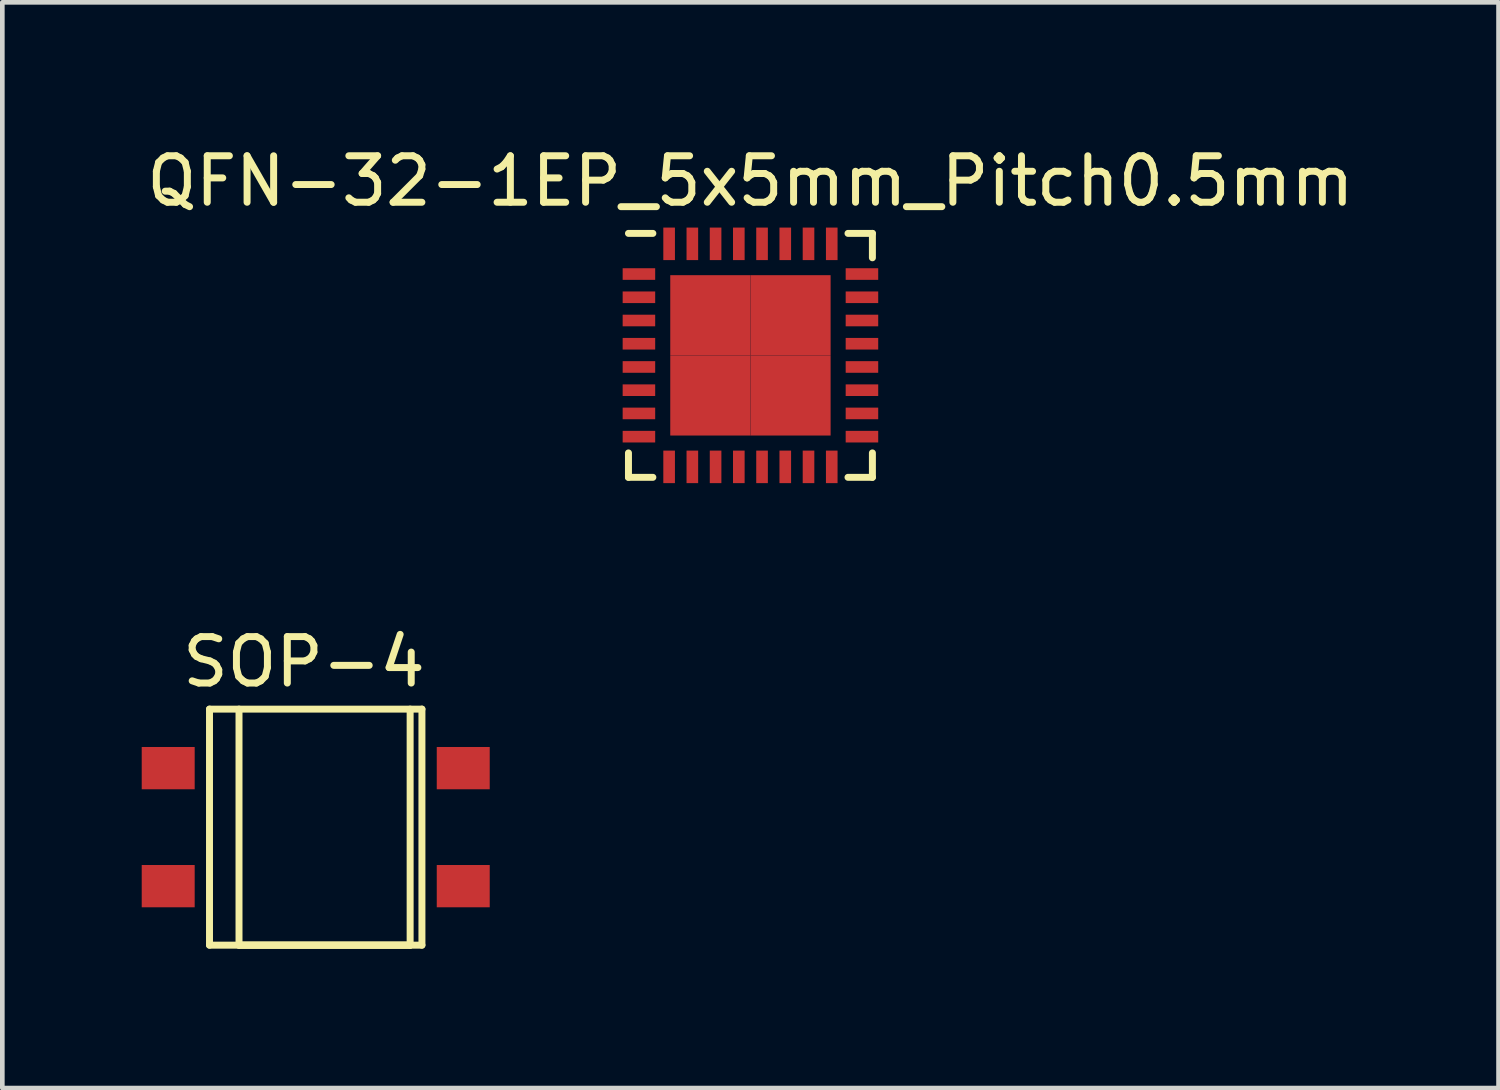
<source format=kicad_pcb>
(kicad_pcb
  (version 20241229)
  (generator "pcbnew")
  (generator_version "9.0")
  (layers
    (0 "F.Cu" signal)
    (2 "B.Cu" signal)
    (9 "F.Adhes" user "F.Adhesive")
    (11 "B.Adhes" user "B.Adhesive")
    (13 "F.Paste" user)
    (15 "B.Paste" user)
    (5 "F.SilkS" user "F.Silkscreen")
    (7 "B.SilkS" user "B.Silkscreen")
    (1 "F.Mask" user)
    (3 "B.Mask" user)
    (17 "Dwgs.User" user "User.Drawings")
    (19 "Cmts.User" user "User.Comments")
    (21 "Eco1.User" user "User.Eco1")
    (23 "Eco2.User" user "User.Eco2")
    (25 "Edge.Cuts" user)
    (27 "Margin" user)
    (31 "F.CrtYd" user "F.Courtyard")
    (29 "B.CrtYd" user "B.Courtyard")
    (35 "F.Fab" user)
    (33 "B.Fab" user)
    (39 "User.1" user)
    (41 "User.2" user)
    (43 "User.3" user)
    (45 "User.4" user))
  (footprint "QFN-32-1EP_5x5mm_Pitch0.5mm"
    (layer "F.Cu")
    (at 13.101 4.598)
    (property "Reference" "QFN-32-1EP_5x5mm_Pitch0.5mm" (at 0 -3.75 0) (layer "F.SilkS") (effects (font (size 1 1) (thickness 0.15))))
    (attr smd)
    (fp_line (start -2.625 -2.625) (end -2.1 -2.625) (stroke (width 0.15) (type solid)) (layer "F.SilkS"))
    (fp_line (start -2.625 2.625) (end -2.625 2.1) (stroke (width 0.15) (type solid)) (layer "F.SilkS"))
    (fp_line (start -2.625 2.625) (end -2.1 2.625) (stroke (width 0.15) (type solid)) (layer "F.SilkS"))
    (fp_line (start 2.625 -2.625) (end 2.1 -2.625) (stroke (width 0.15) (type solid)) (layer "F.SilkS"))
    (fp_line (start 2.625 -2.625) (end 2.625 -2.1) (stroke (width 0.15) (type solid)) (layer "F.SilkS"))
    (fp_line (start 2.625 2.625) (end 2.1 2.625) (stroke (width 0.15) (type solid)) (layer "F.SilkS"))
    (fp_line (start 2.625 2.625) (end 2.625 2.1) (stroke (width 0.15) (type solid)) (layer "F.SilkS"))
    (pad "1" smd rect (at -2.4 -1.75) (size 0.7 0.25) (layers "F.Cu" "F.Mask" "F.Paste"))
    (pad "2" smd rect (at -2.4 -1.25) (size 0.7 0.25) (layers "F.Cu" "F.Mask" "F.Paste"))
    (pad "3" smd rect (at -2.4 -0.75) (size 0.7 0.25) (layers "F.Cu" "F.Mask" "F.Paste"))
    (pad "4" smd rect (at -2.4 -0.25) (size 0.7 0.25) (layers "F.Cu" "F.Mask" "F.Paste"))
    (pad "5" smd rect (at -2.4 0.25) (size 0.7 0.25) (layers "F.Cu" "F.Mask" "F.Paste"))
    (pad "6" smd rect (at -2.4 0.75) (size 0.7 0.25) (layers "F.Cu" "F.Mask" "F.Paste"))
    (pad "7" smd rect (at -2.4 1.25) (size 0.7 0.25) (layers "F.Cu" "F.Mask" "F.Paste"))
    (pad "8" smd rect (at -2.4 1.75) (size 0.7 0.25) (layers "F.Cu" "F.Mask" "F.Paste"))
    (pad "9" smd rect (at -1.75 2.4 90) (size 0.7 0.25) (layers "F.Cu" "F.Mask" "F.Paste"))
    (pad "10" smd rect (at -1.25 2.4 90) (size 0.7 0.25) (layers "F.Cu" "F.Mask" "F.Paste"))
    (pad "11" smd rect (at -0.75 2.4 90) (size 0.7 0.25) (layers "F.Cu" "F.Mask" "F.Paste"))
    (pad "12" smd rect (at -0.25 2.4 90) (size 0.7 0.25) (layers "F.Cu" "F.Mask" "F.Paste"))
    (pad "13" smd rect (at 0.25 2.4 90) (size 0.7 0.25) (layers "F.Cu" "F.Mask" "F.Paste"))
    (pad "14" smd rect (at 0.75 2.4 90) (size 0.7 0.25) (layers "F.Cu" "F.Mask" "F.Paste"))
    (pad "15" smd rect (at 1.25 2.4 90) (size 0.7 0.25) (layers "F.Cu" "F.Mask" "F.Paste"))
    (pad "16" smd rect (at 1.75 2.4 90) (size 0.7 0.25) (layers "F.Cu" "F.Mask" "F.Paste"))
    (pad "17" smd rect (at 2.4 1.75) (size 0.7 0.25) (layers "F.Cu" "F.Mask" "F.Paste"))
    (pad "18" smd rect (at 2.4 1.25) (size 0.7 0.25) (layers "F.Cu" "F.Mask" "F.Paste"))
    (pad "19" smd rect (at 2.4 0.75) (size 0.7 0.25) (layers "F.Cu" "F.Mask" "F.Paste"))
    (pad "20" smd rect (at 2.4 0.25) (size 0.7 0.25) (layers "F.Cu" "F.Mask" "F.Paste"))
    (pad "21" smd rect (at 2.4 -0.25) (size 0.7 0.25) (layers "F.Cu" "F.Mask" "F.Paste"))
    (pad "22" smd rect (at 2.4 -0.75) (size 0.7 0.25) (layers "F.Cu" "F.Mask" "F.Paste"))
    (pad "23" smd rect (at 2.4 -1.25) (size 0.7 0.25) (layers "F.Cu" "F.Mask" "F.Paste"))
    (pad "24" smd rect (at 2.4 -1.75) (size 0.7 0.25) (layers "F.Cu" "F.Mask" "F.Paste"))
    (pad "25" smd rect (at 1.75 -2.4 90) (size 0.7 0.25) (layers "F.Cu" "F.Mask" "F.Paste"))
    (pad "26" smd rect (at 1.25 -2.4 90) (size 0.7 0.25) (layers "F.Cu" "F.Mask" "F.Paste"))
    (pad "27" smd rect (at 0.75 -2.4 90) (size 0.7 0.25) (layers "F.Cu" "F.Mask" "F.Paste"))
    (pad "28" smd rect (at 0.25 -2.4 90) (size 0.7 0.25) (layers "F.Cu" "F.Mask" "F.Paste"))
    (pad "29" smd rect (at -0.25 -2.4 90) (size 0.7 0.25) (layers "F.Cu" "F.Mask" "F.Paste"))
    (pad "30" smd rect (at -0.75 -2.4 90) (size 0.7 0.25) (layers "F.Cu" "F.Mask" "F.Paste"))
    (pad "31" smd rect (at -1.25 -2.4 90) (size 0.7 0.25) (layers "F.Cu" "F.Mask" "F.Paste"))
    (pad "32" smd rect (at -1.75 -2.4 90) (size 0.7 0.25) (layers "F.Cu" "F.Mask" "F.Paste"))
    (pad "33" smd rect (at -0.863 -0.863) (size 1.725 1.725) (layers "F.Cu" "F.Mask" "F.Paste"))
    (pad "33" smd rect (at -0.863 0.863) (size 1.725 1.725) (layers "F.Cu" "F.Mask" "F.Paste"))
    (pad "33" smd rect (at 0.863 -0.863) (size 1.725 1.725) (layers "F.Cu" "F.Mask" "F.Paste"))
    (pad "33" smd rect (at 0.863 0.863) (size 1.725 1.725) (layers "F.Cu" "F.Mask" "F.Paste")))
  (footprint "SOP-4"
    (layer "F.Cu")
    (at 3.745 14.752)
    (property "Reference" "SOP-4" (at -0.254 -3.556 0) (layer "F.SilkS") (effects (font (size 1 1) (thickness 0.15))))
    (attr through_hole)
    (fp_line (start -2.286 -2.54) (end 2.286 -2.54) (stroke (width 0.15) (type solid)) (layer "F.SilkS"))
    (fp_line (start -2.286 2.54) (end -2.286 -2.54) (stroke (width 0.15) (type solid)) (layer "F.SilkS"))
    (fp_line (start -1.651 -2.54) (end -1.651 2.54) (stroke (width 0.15) (type solid)) (layer "F.SilkS"))
    (fp_line (start -1.651 2.54) (end 2.032 2.54) (stroke (width 0.15) (type solid)) (layer "F.SilkS"))
    (fp_line (start 2.032 -2.54) (end 2.032 2.54) (stroke (width 0.15) (type solid)) (layer "F.SilkS"))
    (fp_line (start 2.032 2.54) (end -1.651 2.54) (stroke (width 0.15) (type solid)) (layer "F.SilkS"))
    (fp_line (start 2.286 -2.54) (end 2.286 2.54) (stroke (width 0.15) (type solid)) (layer "F.SilkS"))
    (fp_line (start 2.286 2.54) (end -2.286 2.54) (stroke (width 0.15) (type solid)) (layer "F.SilkS"))
    (pad "1" smd rect (at -3.175 -1.27) (size 1.14 0.91) (layers "F.Cu" "F.Mask" "F.Paste"))
    (pad "2" smd rect (at -3.175 1.27) (size 1.14 0.91) (layers "F.Cu" "F.Mask" "F.Paste"))
    (pad "4" smd rect (at 3.175 1.27) (size 1.14 0.91) (layers "F.Cu" "F.Mask" "F.Paste"))
    (pad "6" smd rect (at 3.175 -1.27) (size 1.14 0.91) (layers "F.Cu" "F.Mask" "F.Paste")))
  (gr_rect
    (start -3 -3)
    (end 29.202 20.367)
    (stroke (width 0.1) (type default))
    (fill no)
    (layer "Edge.Cuts")))
</source>
